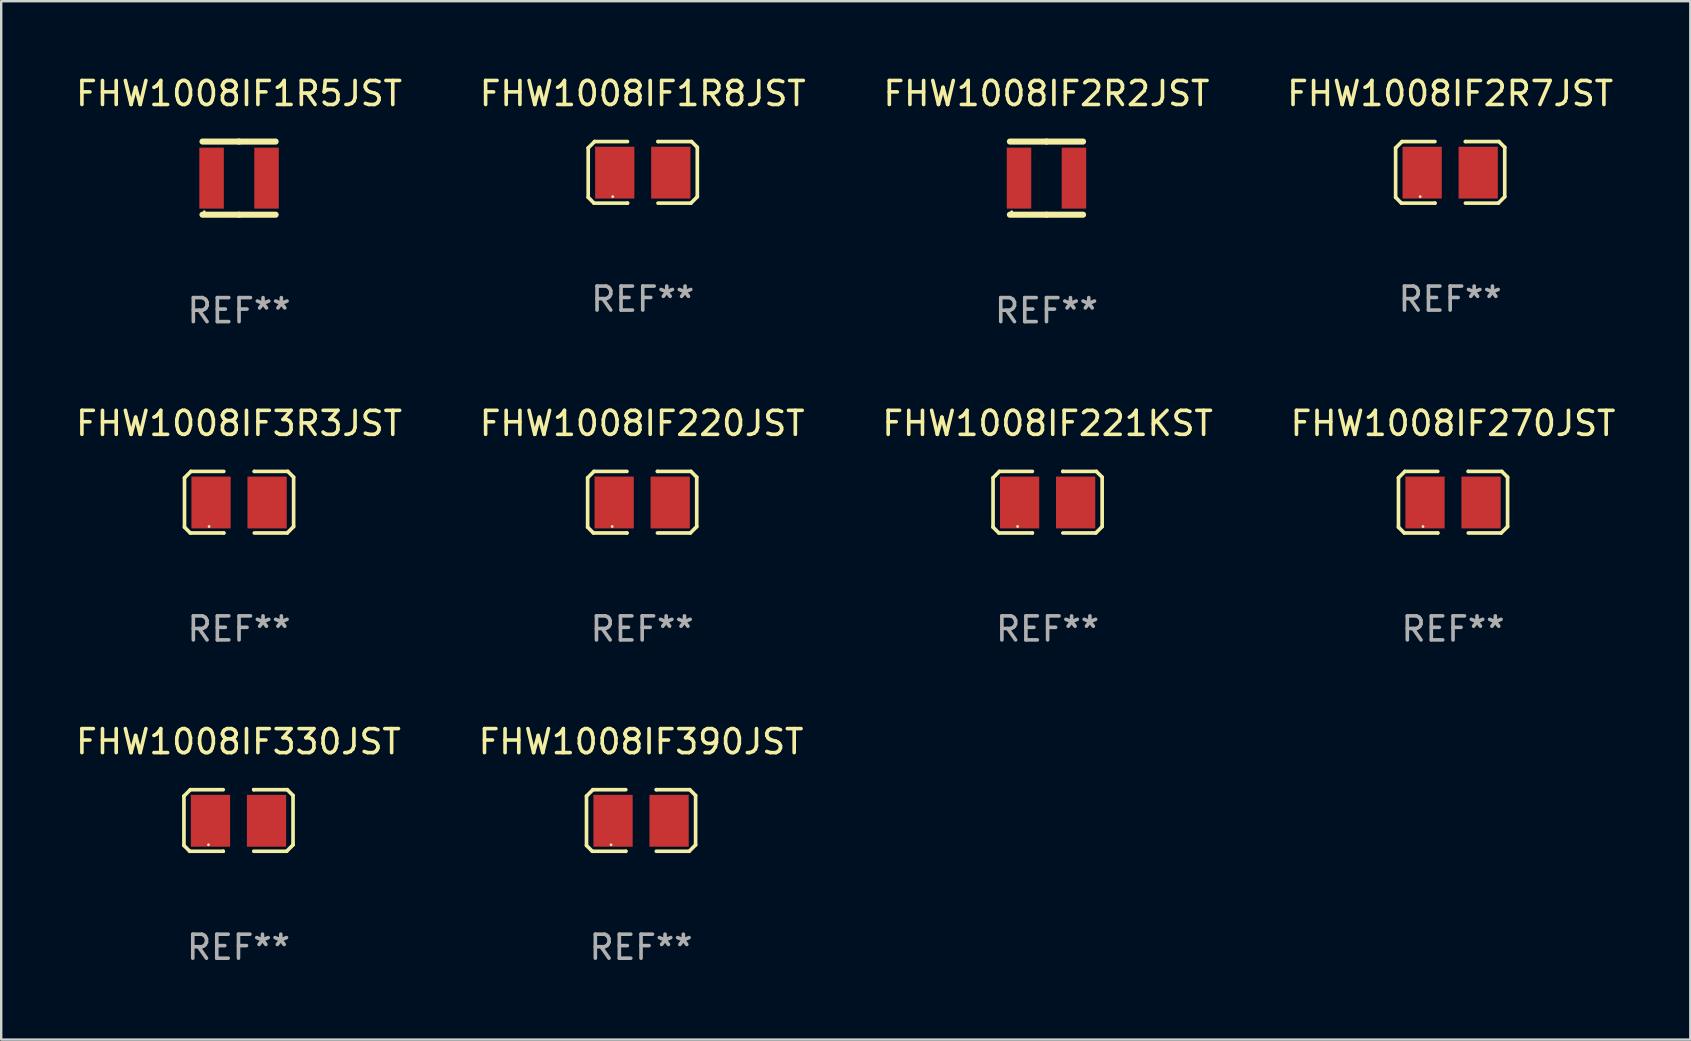
<source format=kicad_pcb>
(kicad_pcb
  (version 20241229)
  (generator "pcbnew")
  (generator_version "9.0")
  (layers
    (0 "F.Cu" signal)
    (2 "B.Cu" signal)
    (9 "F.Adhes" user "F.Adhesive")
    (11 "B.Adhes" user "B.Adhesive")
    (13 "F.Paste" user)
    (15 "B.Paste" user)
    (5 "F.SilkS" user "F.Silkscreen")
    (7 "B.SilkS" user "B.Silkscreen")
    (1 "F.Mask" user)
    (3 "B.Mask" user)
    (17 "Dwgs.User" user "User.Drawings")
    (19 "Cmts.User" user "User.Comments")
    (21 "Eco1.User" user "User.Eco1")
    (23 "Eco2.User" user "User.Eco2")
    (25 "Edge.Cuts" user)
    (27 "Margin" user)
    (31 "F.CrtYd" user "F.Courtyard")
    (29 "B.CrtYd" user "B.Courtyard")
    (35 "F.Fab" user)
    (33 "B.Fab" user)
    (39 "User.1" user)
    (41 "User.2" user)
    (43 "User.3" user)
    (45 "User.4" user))
  (footprint "FHW1008IF221KST"
    (layer "F.Cu")
    (at 40.601 17.875)
    (property "Reference" "FHW1008IF221KST" (at 0 -3.283 0) (layer "F.SilkS") (effects (font (size 1 1) (thickness 0.15))))
    (attr through_hole)
    (fp_line (start -2.273 -1.016) (end -2.007 -1.283) (stroke (width 0.152) (type solid)) (layer "F.SilkS"))
    (fp_line (start -2.273 1.041) (end -2.273 -1.016) (stroke (width 0.152) (type solid)) (layer "F.SilkS"))
    (fp_line (start -2.032 1.283) (end -2.273 1.041) (stroke (width 0.152) (type solid)) (layer "F.SilkS"))
    (fp_line (start -2.007 -1.283) (end -0.635 -1.283) (stroke (width 0.152) (type solid)) (layer "F.SilkS"))
    (fp_line (start -0.635 1.283) (end -2.032 1.283) (stroke (width 0.152) (type solid)) (layer "F.SilkS"))
    (fp_line (start -0.635 1.283) (end -0.635 1.283) (stroke (width 0.152) (type solid)) (layer "F.SilkS"))
    (fp_line (start 0.635 -1.283) (end 0.635 -1.283) (stroke (width 0.152) (type solid)) (layer "F.SilkS"))
    (fp_line (start 0.635 -1.283) (end 2.032 -1.283) (stroke (width 0.152) (type solid)) (layer "F.SilkS"))
    (fp_line (start 2.007 1.283) (end 0.635 1.283) (stroke (width 0.152) (type solid)) (layer "F.SilkS"))
    (fp_line (start 2.032 -1.283) (end 2.273 -1.041) (stroke (width 0.152) (type solid)) (layer "F.SilkS"))
    (fp_line (start 2.273 -1.041) (end 2.273 1.016) (stroke (width 0.152) (type solid)) (layer "F.SilkS"))
    (fp_line (start 2.273 1.016) (end 2.007 1.283) (stroke (width 0.152) (type solid)) (layer "F.SilkS"))
    (fp_circle (center -1.25 1.013) (end -1.22 1.013) (stroke (width 0.06) (type solid)) (fill no) (layer "F.SilkS"))
    (fp_text user "REF**" (at 0 5.283 0) (layer "F.Fab") (effects (font (size 1 1) (thickness 0.15))))
    (pad "1" smd rect (at -1.167 0.013) (size 1.635 2.16) (layers "F.Cu" "F.Mask" "F.Paste"))
    (pad "2" smd rect (at 1.168 0.013) (size 1.635 2.16) (layers "F.Cu" "F.Mask" "F.Paste")))
  (footprint "FHW1008IF330JST"
    (layer "F.Cu")
    (at 6.887 31.137)
    (property "Reference" "FHW1008IF330JST" (at 0 -3.283 0) (layer "F.SilkS") (effects (font (size 1 1) (thickness 0.15))))
    (attr through_hole)
    (fp_line (start -2.273 -1.016) (end -2.007 -1.283) (stroke (width 0.152) (type solid)) (layer "F.SilkS"))
    (fp_line (start -2.273 1.041) (end -2.273 -1.016) (stroke (width 0.152) (type solid)) (layer "F.SilkS"))
    (fp_line (start -2.032 1.283) (end -2.273 1.041) (stroke (width 0.152) (type solid)) (layer "F.SilkS"))
    (fp_line (start -2.007 -1.283) (end -0.635 -1.283) (stroke (width 0.152) (type solid)) (layer "F.SilkS"))
    (fp_line (start -0.635 1.283) (end -2.032 1.283) (stroke (width 0.152) (type solid)) (layer "F.SilkS"))
    (fp_line (start -0.635 1.283) (end -0.635 1.283) (stroke (width 0.152) (type solid)) (layer "F.SilkS"))
    (fp_line (start 0.635 -1.283) (end 0.635 -1.283) (stroke (width 0.152) (type solid)) (layer "F.SilkS"))
    (fp_line (start 0.635 -1.283) (end 2.032 -1.283) (stroke (width 0.152) (type solid)) (layer "F.SilkS"))
    (fp_line (start 2.007 1.283) (end 0.635 1.283) (stroke (width 0.152) (type solid)) (layer "F.SilkS"))
    (fp_line (start 2.032 -1.283) (end 2.273 -1.041) (stroke (width 0.152) (type solid)) (layer "F.SilkS"))
    (fp_line (start 2.273 -1.041) (end 2.273 1.016) (stroke (width 0.152) (type solid)) (layer "F.SilkS"))
    (fp_line (start 2.273 1.016) (end 2.007 1.283) (stroke (width 0.152) (type solid)) (layer "F.SilkS"))
    (fp_circle (center -1.25 1.013) (end -1.22 1.013) (stroke (width 0.06) (type solid)) (fill no) (layer "F.SilkS"))
    (fp_text user "REF**" (at 0 5.283 0) (layer "F.Fab") (effects (font (size 1 1) (thickness 0.15))))
    (pad "1" smd rect (at -1.167 0.013) (size 1.635 2.16) (layers "F.Cu" "F.Mask" "F.Paste"))
    (pad "2" smd rect (at 1.168 0.013) (size 1.635 2.16) (layers "F.Cu" "F.Mask" "F.Paste")))
  (footprint "FHW1008IF2R2JST"
    (layer "F.Cu")
    (at 40.554 4.372)
    (property "Reference" "FHW1008IF2R2JST" (at 0 -3.524 0) (layer "F.SilkS") (effects (font (size 1 1) (thickness 0.15))))
    (attr through_hole)
    (fp_line (start -1.524 -1.524) (end 0 -1.524) (stroke (width 0.254) (type solid)) (layer "F.SilkS"))
    (fp_line (start 0 -1.524) (end 1.524 -1.524) (stroke (width 0.254) (type solid)) (layer "F.SilkS"))
    (fp_line (start 0 1.524) (end -1.524 1.524) (stroke (width 0.254) (type solid)) (layer "F.SilkS"))
    (fp_line (start 1.524 1.524) (end 0 1.524) (stroke (width 0.254) (type solid)) (layer "F.SilkS"))
    (fp_circle (center -1.45 1.4) (end -1.42 1.4) (stroke (width 0.06) (type solid)) (fill no) (layer "F.SilkS"))
    (fp_text user "REF**" (at 0 5.524 0) (layer "F.Fab") (effects (font (size 1 1) (thickness 0.15))))
    (pad "1" smd rect (at -1.145 0) (size 1.02 2.54) (layers "F.Cu" "F.Mask" "F.Paste"))
    (pad "2" smd rect (at 1.145 0) (size 1.02 2.54) (layers "F.Cu" "F.Mask" "F.Paste")))
  (footprint "FHW1008IF3R3JST"
    (layer "F.Cu")
    (at 6.911 17.875)
    (property "Reference" "FHW1008IF3R3JST" (at 0 -3.283 0) (layer "F.SilkS") (effects (font (size 1 1) (thickness 0.15))))
    (attr through_hole)
    (fp_line (start -2.273 -1.016) (end -2.007 -1.283) (stroke (width 0.152) (type solid)) (layer "F.SilkS"))
    (fp_line (start -2.273 1.041) (end -2.273 -1.016) (stroke (width 0.152) (type solid)) (layer "F.SilkS"))
    (fp_line (start -2.032 1.283) (end -2.273 1.041) (stroke (width 0.152) (type solid)) (layer "F.SilkS"))
    (fp_line (start -2.007 -1.283) (end -0.635 -1.283) (stroke (width 0.152) (type solid)) (layer "F.SilkS"))
    (fp_line (start -0.635 1.283) (end -2.032 1.283) (stroke (width 0.152) (type solid)) (layer "F.SilkS"))
    (fp_line (start -0.635 1.283) (end -0.635 1.283) (stroke (width 0.152) (type solid)) (layer "F.SilkS"))
    (fp_line (start 0.635 -1.283) (end 0.635 -1.283) (stroke (width 0.152) (type solid)) (layer "F.SilkS"))
    (fp_line (start 0.635 -1.283) (end 2.032 -1.283) (stroke (width 0.152) (type solid)) (layer "F.SilkS"))
    (fp_line (start 2.007 1.283) (end 0.635 1.283) (stroke (width 0.152) (type solid)) (layer "F.SilkS"))
    (fp_line (start 2.032 -1.283) (end 2.273 -1.041) (stroke (width 0.152) (type solid)) (layer "F.SilkS"))
    (fp_line (start 2.273 -1.041) (end 2.273 1.016) (stroke (width 0.152) (type solid)) (layer "F.SilkS"))
    (fp_line (start 2.273 1.016) (end 2.007 1.283) (stroke (width 0.152) (type solid)) (layer "F.SilkS"))
    (fp_circle (center -1.25 1.013) (end -1.22 1.013) (stroke (width 0.06) (type solid)) (fill no) (layer "F.SilkS"))
    (fp_text user "REF**" (at 0 5.283 0) (layer "F.Fab") (effects (font (size 1 1) (thickness 0.15))))
    (pad "1" smd rect (at -1.167 0.013) (size 1.635 2.16) (layers "F.Cu" "F.Mask" "F.Paste"))
    (pad "2" smd rect (at 1.168 0.013) (size 1.635 2.16) (layers "F.Cu" "F.Mask" "F.Paste")))
  (footprint "FHW1008IF1R8JST"
    (layer "F.Cu")
    (at 23.732 4.131)
    (property "Reference" "FHW1008IF1R8JST" (at 0 -3.283 0) (layer "F.SilkS") (effects (font (size 1 1) (thickness 0.15))))
    (attr through_hole)
    (fp_line (start -2.273 -1.016) (end -2.007 -1.283) (stroke (width 0.152) (type solid)) (layer "F.SilkS"))
    (fp_line (start -2.273 1.041) (end -2.273 -1.016) (stroke (width 0.152) (type solid)) (layer "F.SilkS"))
    (fp_line (start -2.032 1.283) (end -2.273 1.041) (stroke (width 0.152) (type solid)) (layer "F.SilkS"))
    (fp_line (start -2.007 -1.283) (end -0.635 -1.283) (stroke (width 0.152) (type solid)) (layer "F.SilkS"))
    (fp_line (start -0.635 1.283) (end -2.032 1.283) (stroke (width 0.152) (type solid)) (layer "F.SilkS"))
    (fp_line (start -0.635 1.283) (end -0.635 1.283) (stroke (width 0.152) (type solid)) (layer "F.SilkS"))
    (fp_line (start 0.635 -1.283) (end 0.635 -1.283) (stroke (width 0.152) (type solid)) (layer "F.SilkS"))
    (fp_line (start 0.635 -1.283) (end 2.032 -1.283) (stroke (width 0.152) (type solid)) (layer "F.SilkS"))
    (fp_line (start 2.007 1.283) (end 0.635 1.283) (stroke (width 0.152) (type solid)) (layer "F.SilkS"))
    (fp_line (start 2.032 -1.283) (end 2.273 -1.041) (stroke (width 0.152) (type solid)) (layer "F.SilkS"))
    (fp_line (start 2.273 -1.041) (end 2.273 1.016) (stroke (width 0.152) (type solid)) (layer "F.SilkS"))
    (fp_line (start 2.273 1.016) (end 2.007 1.283) (stroke (width 0.152) (type solid)) (layer "F.SilkS"))
    (fp_circle (center -1.25 1.013) (end -1.22 1.013) (stroke (width 0.06) (type solid)) (fill no) (layer "F.SilkS"))
    (fp_text user "REF**" (at 0 5.283 0) (layer "F.Fab") (effects (font (size 1 1) (thickness 0.15))))
    (pad "1" smd rect (at -1.167 0.013) (size 1.635 2.16) (layers "F.Cu" "F.Mask" "F.Paste"))
    (pad "2" smd rect (at 1.168 0.013) (size 1.635 2.16) (layers "F.Cu" "F.Mask" "F.Paste")))
  (footprint "FHW1008IF390JST"
    (layer "F.Cu")
    (at 23.661 31.137)
    (property "Reference" "FHW1008IF390JST" (at 0 -3.283 0) (layer "F.SilkS") (effects (font (size 1 1) (thickness 0.15))))
    (attr through_hole)
    (fp_line (start -2.273 -1.016) (end -2.007 -1.283) (stroke (width 0.152) (type solid)) (layer "F.SilkS"))
    (fp_line (start -2.273 1.041) (end -2.273 -1.016) (stroke (width 0.152) (type solid)) (layer "F.SilkS"))
    (fp_line (start -2.032 1.283) (end -2.273 1.041) (stroke (width 0.152) (type solid)) (layer "F.SilkS"))
    (fp_line (start -2.007 -1.283) (end -0.635 -1.283) (stroke (width 0.152) (type solid)) (layer "F.SilkS"))
    (fp_line (start -0.635 1.283) (end -2.032 1.283) (stroke (width 0.152) (type solid)) (layer "F.SilkS"))
    (fp_line (start -0.635 1.283) (end -0.635 1.283) (stroke (width 0.152) (type solid)) (layer "F.SilkS"))
    (fp_line (start 0.635 -1.283) (end 0.635 -1.283) (stroke (width 0.152) (type solid)) (layer "F.SilkS"))
    (fp_line (start 0.635 -1.283) (end 2.032 -1.283) (stroke (width 0.152) (type solid)) (layer "F.SilkS"))
    (fp_line (start 2.007 1.283) (end 0.635 1.283) (stroke (width 0.152) (type solid)) (layer "F.SilkS"))
    (fp_line (start 2.032 -1.283) (end 2.273 -1.041) (stroke (width 0.152) (type solid)) (layer "F.SilkS"))
    (fp_line (start 2.273 -1.041) (end 2.273 1.016) (stroke (width 0.152) (type solid)) (layer "F.SilkS"))
    (fp_line (start 2.273 1.016) (end 2.007 1.283) (stroke (width 0.152) (type solid)) (layer "F.SilkS"))
    (fp_circle (center -1.25 1.013) (end -1.22 1.013) (stroke (width 0.06) (type solid)) (fill no) (layer "F.SilkS"))
    (fp_text user "REF**" (at 0 5.283 0) (layer "F.Fab") (effects (font (size 1 1) (thickness 0.15))))
    (pad "1" smd rect (at -1.167 0.013) (size 1.635 2.16) (layers "F.Cu" "F.Mask" "F.Paste"))
    (pad "2" smd rect (at 1.168 0.013) (size 1.635 2.16) (layers "F.Cu" "F.Mask" "F.Paste")))
  (footprint "FHW1008IF2R7JST"
    (layer "F.Cu")
    (at 57.375 4.131)
    (property "Reference" "FHW1008IF2R7JST" (at 0 -3.283 0) (layer "F.SilkS") (effects (font (size 1 1) (thickness 0.15))))
    (attr through_hole)
    (fp_line (start -2.273 -1.016) (end -2.007 -1.283) (stroke (width 0.152) (type solid)) (layer "F.SilkS"))
    (fp_line (start -2.273 1.041) (end -2.273 -1.016) (stroke (width 0.152) (type solid)) (layer "F.SilkS"))
    (fp_line (start -2.032 1.283) (end -2.273 1.041) (stroke (width 0.152) (type solid)) (layer "F.SilkS"))
    (fp_line (start -2.007 -1.283) (end -0.635 -1.283) (stroke (width 0.152) (type solid)) (layer "F.SilkS"))
    (fp_line (start -0.635 1.283) (end -2.032 1.283) (stroke (width 0.152) (type solid)) (layer "F.SilkS"))
    (fp_line (start -0.635 1.283) (end -0.635 1.283) (stroke (width 0.152) (type solid)) (layer "F.SilkS"))
    (fp_line (start 0.635 -1.283) (end 0.635 -1.283) (stroke (width 0.152) (type solid)) (layer "F.SilkS"))
    (fp_line (start 0.635 -1.283) (end 2.032 -1.283) (stroke (width 0.152) (type solid)) (layer "F.SilkS"))
    (fp_line (start 2.007 1.283) (end 0.635 1.283) (stroke (width 0.152) (type solid)) (layer "F.SilkS"))
    (fp_line (start 2.032 -1.283) (end 2.273 -1.041) (stroke (width 0.152) (type solid)) (layer "F.SilkS"))
    (fp_line (start 2.273 -1.041) (end 2.273 1.016) (stroke (width 0.152) (type solid)) (layer "F.SilkS"))
    (fp_line (start 2.273 1.016) (end 2.007 1.283) (stroke (width 0.152) (type solid)) (layer "F.SilkS"))
    (fp_circle (center -1.25 1.013) (end -1.22 1.013) (stroke (width 0.06) (type solid)) (fill no) (layer "F.SilkS"))
    (fp_text user "REF**" (at 0 5.283 0) (layer "F.Fab") (effects (font (size 1 1) (thickness 0.15))))
    (pad "1" smd rect (at -1.167 0.013) (size 1.635 2.16) (layers "F.Cu" "F.Mask" "F.Paste"))
    (pad "2" smd rect (at 1.168 0.013) (size 1.635 2.16) (layers "F.Cu" "F.Mask" "F.Paste")))
  (footprint "FHW1008IF1R5JST"
    (layer "F.Cu")
    (at 6.911 4.372)
    (property "Reference" "FHW1008IF1R5JST" (at 0 -3.524 0) (layer "F.SilkS") (effects (font (size 1 1) (thickness 0.15))))
    (attr through_hole)
    (fp_line (start -1.524 -1.524) (end 0 -1.524) (stroke (width 0.254) (type solid)) (layer "F.SilkS"))
    (fp_line (start 0 -1.524) (end 1.524 -1.524) (stroke (width 0.254) (type solid)) (layer "F.SilkS"))
    (fp_line (start 0 1.524) (end -1.524 1.524) (stroke (width 0.254) (type solid)) (layer "F.SilkS"))
    (fp_line (start 1.524 1.524) (end 0 1.524) (stroke (width 0.254) (type solid)) (layer "F.SilkS"))
    (fp_circle (center -1.45 1.4) (end -1.42 1.4) (stroke (width 0.06) (type solid)) (fill no) (layer "F.SilkS"))
    (fp_text user "REF**" (at 0 5.524 0) (layer "F.Fab") (effects (font (size 1 1) (thickness 0.15))))
    (pad "1" smd rect (at -1.145 0) (size 1.02 2.54) (layers "F.Cu" "F.Mask" "F.Paste"))
    (pad "2" smd rect (at 1.145 0) (size 1.02 2.54) (layers "F.Cu" "F.Mask" "F.Paste")))
  (footprint "FHW1008IF220JST"
    (layer "F.Cu")
    (at 23.708 17.875)
    (property "Reference" "FHW1008IF220JST" (at 0 -3.283 0) (layer "F.SilkS") (effects (font (size 1 1) (thickness 0.15))))
    (attr through_hole)
    (fp_line (start -2.273 -1.016) (end -2.007 -1.283) (stroke (width 0.152) (type solid)) (layer "F.SilkS"))
    (fp_line (start -2.273 1.041) (end -2.273 -1.016) (stroke (width 0.152) (type solid)) (layer "F.SilkS"))
    (fp_line (start -2.032 1.283) (end -2.273 1.041) (stroke (width 0.152) (type solid)) (layer "F.SilkS"))
    (fp_line (start -2.007 -1.283) (end -0.635 -1.283) (stroke (width 0.152) (type solid)) (layer "F.SilkS"))
    (fp_line (start -0.635 1.283) (end -2.032 1.283) (stroke (width 0.152) (type solid)) (layer "F.SilkS"))
    (fp_line (start -0.635 1.283) (end -0.635 1.283) (stroke (width 0.152) (type solid)) (layer "F.SilkS"))
    (fp_line (start 0.635 -1.283) (end 0.635 -1.283) (stroke (width 0.152) (type solid)) (layer "F.SilkS"))
    (fp_line (start 0.635 -1.283) (end 2.032 -1.283) (stroke (width 0.152) (type solid)) (layer "F.SilkS"))
    (fp_line (start 2.007 1.283) (end 0.635 1.283) (stroke (width 0.152) (type solid)) (layer "F.SilkS"))
    (fp_line (start 2.032 -1.283) (end 2.273 -1.041) (stroke (width 0.152) (type solid)) (layer "F.SilkS"))
    (fp_line (start 2.273 -1.041) (end 2.273 1.016) (stroke (width 0.152) (type solid)) (layer "F.SilkS"))
    (fp_line (start 2.273 1.016) (end 2.007 1.283) (stroke (width 0.152) (type solid)) (layer "F.SilkS"))
    (fp_circle (center -1.25 1.013) (end -1.22 1.013) (stroke (width 0.06) (type solid)) (fill no) (layer "F.SilkS"))
    (fp_text user "REF**" (at 0 5.283 0) (layer "F.Fab") (effects (font (size 1 1) (thickness 0.15))))
    (pad "1" smd rect (at -1.167 0.013) (size 1.635 2.16) (layers "F.Cu" "F.Mask" "F.Paste"))
    (pad "2" smd rect (at 1.168 0.013) (size 1.635 2.16) (layers "F.Cu" "F.Mask" "F.Paste")))
  (footprint "FHW1008IF270JST"
    (layer "F.Cu")
    (at 57.494 17.875)
    (property "Reference" "FHW1008IF270JST" (at 0 -3.283 0) (layer "F.SilkS") (effects (font (size 1 1) (thickness 0.15))))
    (attr through_hole)
    (fp_line (start -2.273 -1.016) (end -2.007 -1.283) (stroke (width 0.152) (type solid)) (layer "F.SilkS"))
    (fp_line (start -2.273 1.041) (end -2.273 -1.016) (stroke (width 0.152) (type solid)) (layer "F.SilkS"))
    (fp_line (start -2.032 1.283) (end -2.273 1.041) (stroke (width 0.152) (type solid)) (layer "F.SilkS"))
    (fp_line (start -2.007 -1.283) (end -0.635 -1.283) (stroke (width 0.152) (type solid)) (layer "F.SilkS"))
    (fp_line (start -0.635 1.283) (end -2.032 1.283) (stroke (width 0.152) (type solid)) (layer "F.SilkS"))
    (fp_line (start -0.635 1.283) (end -0.635 1.283) (stroke (width 0.152) (type solid)) (layer "F.SilkS"))
    (fp_line (start 0.635 -1.283) (end 0.635 -1.283) (stroke (width 0.152) (type solid)) (layer "F.SilkS"))
    (fp_line (start 0.635 -1.283) (end 2.032 -1.283) (stroke (width 0.152) (type solid)) (layer "F.SilkS"))
    (fp_line (start 2.007 1.283) (end 0.635 1.283) (stroke (width 0.152) (type solid)) (layer "F.SilkS"))
    (fp_line (start 2.032 -1.283) (end 2.273 -1.041) (stroke (width 0.152) (type solid)) (layer "F.SilkS"))
    (fp_line (start 2.273 -1.041) (end 2.273 1.016) (stroke (width 0.152) (type solid)) (layer "F.SilkS"))
    (fp_line (start 2.273 1.016) (end 2.007 1.283) (stroke (width 0.152) (type solid)) (layer "F.SilkS"))
    (fp_circle (center -1.25 1.013) (end -1.22 1.013) (stroke (width 0.06) (type solid)) (fill no) (layer "F.SilkS"))
    (fp_text user "REF**" (at 0 5.283 0) (layer "F.Fab") (effects (font (size 1 1) (thickness 0.15))))
    (pad "1" smd rect (at -1.167 0.013) (size 1.635 2.16) (layers "F.Cu" "F.Mask" "F.Paste"))
    (pad "2" smd rect (at 1.168 0.013) (size 1.635 2.16) (layers "F.Cu" "F.Mask" "F.Paste")))
  (gr_rect
    (start -3 -3)
    (end 67.381 40.268)
    (stroke (width 0.1) (type default))
    (fill no)
    (layer "Edge.Cuts")))
</source>
